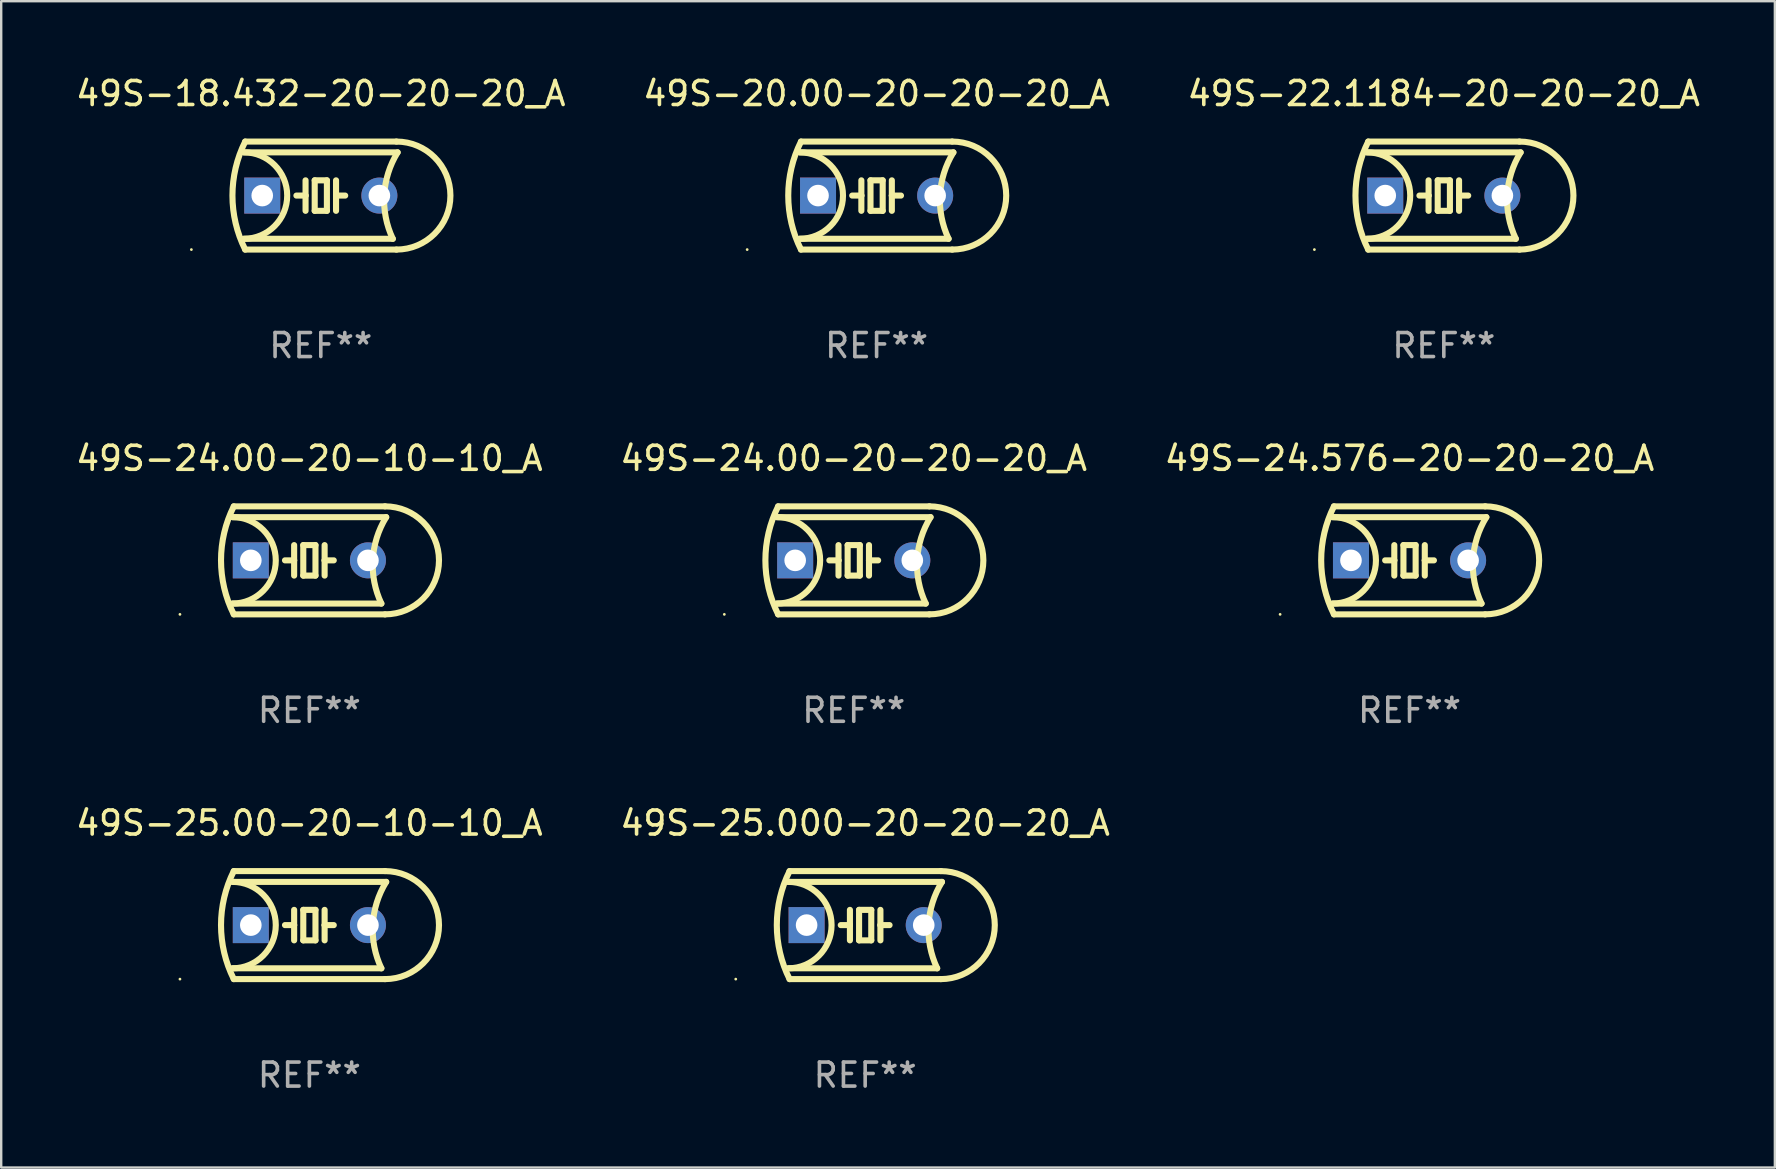
<source format=kicad_pcb>
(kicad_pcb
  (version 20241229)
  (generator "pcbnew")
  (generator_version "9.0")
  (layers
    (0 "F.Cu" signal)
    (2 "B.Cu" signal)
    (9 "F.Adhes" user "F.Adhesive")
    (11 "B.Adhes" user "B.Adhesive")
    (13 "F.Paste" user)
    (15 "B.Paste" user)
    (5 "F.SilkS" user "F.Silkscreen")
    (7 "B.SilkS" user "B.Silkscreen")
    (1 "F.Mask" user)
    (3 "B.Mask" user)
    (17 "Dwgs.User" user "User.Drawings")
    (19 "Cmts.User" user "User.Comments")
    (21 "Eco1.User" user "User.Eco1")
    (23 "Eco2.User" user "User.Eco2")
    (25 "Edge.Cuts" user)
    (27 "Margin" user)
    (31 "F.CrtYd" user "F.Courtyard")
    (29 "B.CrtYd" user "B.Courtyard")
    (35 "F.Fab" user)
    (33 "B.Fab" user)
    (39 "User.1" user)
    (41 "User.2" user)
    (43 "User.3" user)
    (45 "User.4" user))
  (footprint "49S-24.00-20-20-20_A"
    (layer "F.Cu")
    (at 32.518 20.295)
    (property "Reference" "49S-24.00-20-20-20_A" (at 0 -4.25 0) (layer "F.SilkS") (effects (font (size 1 1) (thickness 0.15))))
    (attr through_hole)
    (fp_line (start -3.2 -1.8) (end 3.2 -1.8) (stroke (width 0.254) (type solid)) (layer "F.SilkS"))
    (fp_line (start -3.15 2.25) (end 3.15 2.25) (stroke (width 0.254) (type solid)) (layer "F.SilkS"))
    (fp_line (start -0.635 -0.635) (end -0.635 0) (stroke (width 0.254) (type solid)) (layer "F.SilkS"))
    (fp_line (start -0.635 0) (end -1.016 0) (stroke (width 0.254) (type solid)) (layer "F.SilkS"))
    (fp_line (start -0.635 0) (end -0.635 0.635) (stroke (width 0.254) (type solid)) (layer "F.SilkS"))
    (fp_line (start -0.254 -0.635) (end -0.254 0.635) (stroke (width 0.254) (type solid)) (layer "F.SilkS"))
    (fp_line (start -0.254 0.635) (end 0.254 0.635) (stroke (width 0.254) (type solid)) (layer "F.SilkS"))
    (fp_line (start 0.254 -0.635) (end -0.254 -0.635) (stroke (width 0.254) (type solid)) (layer "F.SilkS"))
    (fp_line (start 0.254 0.635) (end 0.254 -0.635) (stroke (width 0.254) (type solid)) (layer "F.SilkS"))
    (fp_line (start 0.635 -0.635) (end 0.635 0) (stroke (width 0.254) (type solid)) (layer "F.SilkS"))
    (fp_line (start 0.635 0) (end 0.635 0.635) (stroke (width 0.254) (type solid)) (layer "F.SilkS"))
    (fp_line (start 0.635 0) (end 1.016 0) (stroke (width 0.254) (type solid)) (layer "F.SilkS"))
    (fp_line (start 3 1.8) (end -3.2 1.8) (stroke (width 0.254) (type solid)) (layer "F.SilkS"))
    (fp_line (start 3.15 -2.25) (end -3.15 -2.25) (stroke (width 0.254) (type solid)) (layer "F.SilkS"))
    (fp_arc (start -3.200406 -1.800864) (mid -1.399974 -0.000635) (end -3.2 1.8) (stroke (width 0.254001) (type solid)) (layer "F.SilkS"))
    (fp_arc (start -3.149606 2.250444) (mid -3.680941 0.000261) (end -3.149987 -2.250013) (stroke (width 0.254001) (type solid)) (layer "F.SilkS"))
    (fp_arc (start 2.999746 1.800863) (mid 2.642982 -0.024977) (end 3.2 -1.8) (stroke (width 0.254001) (type solid)) (layer "F.SilkS"))
    (fp_arc (start 3.149607 -2.250445) (mid 5.399848 -0.000406) (end 3.149987 2.250013) (stroke (width 0.254001) (type solid)) (layer "F.SilkS"))
    (fp_circle (center -5.392 2.25) (end -5.362 2.25) (stroke (width 0.06) (type solid)) (fill no) (layer "F.SilkS"))
    (fp_text user "REF**" (at 0 6.25 0) (layer "F.Fab") (effects (font (size 1 1) (thickness 0.15))))
    (pad "1" thru_hole rect (at -2.44 0) (size 1.5 1.5) (drill 0.9) (layers "*.Cu" "*.Mask"))
    (pad "2" thru_hole circle (at 2.44 0) (size 1.5 1.5) (drill 0.9) (layers "*.Cu" "*.Mask")))
  (footprint "49S-24.576-20-20-20_A"
    (layer "F.Cu")
    (at 55.673 20.295)
    (property "Reference" "49S-24.576-20-20-20_A" (at 0 -4.25 0) (layer "F.SilkS") (effects (font (size 1 1) (thickness 0.15))))
    (attr through_hole)
    (fp_line (start -3.2 -1.8) (end 3.2 -1.8) (stroke (width 0.254) (type solid)) (layer "F.SilkS"))
    (fp_line (start -3.15 2.25) (end 3.15 2.25) (stroke (width 0.254) (type solid)) (layer "F.SilkS"))
    (fp_line (start -0.635 -0.635) (end -0.635 0) (stroke (width 0.254) (type solid)) (layer "F.SilkS"))
    (fp_line (start -0.635 0) (end -1.016 0) (stroke (width 0.254) (type solid)) (layer "F.SilkS"))
    (fp_line (start -0.635 0) (end -0.635 0.635) (stroke (width 0.254) (type solid)) (layer "F.SilkS"))
    (fp_line (start -0.254 -0.635) (end -0.254 0.635) (stroke (width 0.254) (type solid)) (layer "F.SilkS"))
    (fp_line (start -0.254 0.635) (end 0.254 0.635) (stroke (width 0.254) (type solid)) (layer "F.SilkS"))
    (fp_line (start 0.254 -0.635) (end -0.254 -0.635) (stroke (width 0.254) (type solid)) (layer "F.SilkS"))
    (fp_line (start 0.254 0.635) (end 0.254 -0.635) (stroke (width 0.254) (type solid)) (layer "F.SilkS"))
    (fp_line (start 0.635 -0.635) (end 0.635 0) (stroke (width 0.254) (type solid)) (layer "F.SilkS"))
    (fp_line (start 0.635 0) (end 0.635 0.635) (stroke (width 0.254) (type solid)) (layer "F.SilkS"))
    (fp_line (start 0.635 0) (end 1.016 0) (stroke (width 0.254) (type solid)) (layer "F.SilkS"))
    (fp_line (start 3 1.8) (end -3.2 1.8) (stroke (width 0.254) (type solid)) (layer "F.SilkS"))
    (fp_line (start 3.15 -2.25) (end -3.15 -2.25) (stroke (width 0.254) (type solid)) (layer "F.SilkS"))
    (fp_arc (start -3.200406 -1.800864) (mid -1.399974 -0.000635) (end -3.2 1.8) (stroke (width 0.254001) (type solid)) (layer "F.SilkS"))
    (fp_arc (start -3.149606 2.250444) (mid -3.680941 0.000261) (end -3.149987 -2.250013) (stroke (width 0.254001) (type solid)) (layer "F.SilkS"))
    (fp_arc (start 2.999746 1.800863) (mid 2.642982 -0.024977) (end 3.2 -1.8) (stroke (width 0.254001) (type solid)) (layer "F.SilkS"))
    (fp_arc (start 3.149607 -2.250445) (mid 5.399848 -0.000406) (end 3.149987 2.250013) (stroke (width 0.254001) (type solid)) (layer "F.SilkS"))
    (fp_circle (center -5.392 2.25) (end -5.362 2.25) (stroke (width 0.06) (type solid)) (fill no) (layer "F.SilkS"))
    (fp_text user "REF**" (at 0 6.25 0) (layer "F.Fab") (effects (font (size 1 1) (thickness 0.15))))
    (pad "1" thru_hole rect (at -2.44 0) (size 1.5 1.5) (drill 0.9) (layers "*.Cu" "*.Mask"))
    (pad "2" thru_hole circle (at 2.44 0) (size 1.5 1.5) (drill 0.9) (layers "*.Cu" "*.Mask")))
  (footprint "49S-20.00-20-20-20_A"
    (layer "F.Cu")
    (at 33.47 5.098)
    (property "Reference" "49S-20.00-20-20-20_A" (at 0 -4.25 0) (layer "F.SilkS") (effects (font (size 1 1) (thickness 0.15))))
    (attr through_hole)
    (fp_line (start -3.2 -1.8) (end 3.2 -1.8) (stroke (width 0.254) (type solid)) (layer "F.SilkS"))
    (fp_line (start -3.15 2.25) (end 3.15 2.25) (stroke (width 0.254) (type solid)) (layer "F.SilkS"))
    (fp_line (start -0.635 -0.635) (end -0.635 0) (stroke (width 0.254) (type solid)) (layer "F.SilkS"))
    (fp_line (start -0.635 0) (end -1.016 0) (stroke (width 0.254) (type solid)) (layer "F.SilkS"))
    (fp_line (start -0.635 0) (end -0.635 0.635) (stroke (width 0.254) (type solid)) (layer "F.SilkS"))
    (fp_line (start -0.254 -0.635) (end -0.254 0.635) (stroke (width 0.254) (type solid)) (layer "F.SilkS"))
    (fp_line (start -0.254 0.635) (end 0.254 0.635) (stroke (width 0.254) (type solid)) (layer "F.SilkS"))
    (fp_line (start 0.254 -0.635) (end -0.254 -0.635) (stroke (width 0.254) (type solid)) (layer "F.SilkS"))
    (fp_line (start 0.254 0.635) (end 0.254 -0.635) (stroke (width 0.254) (type solid)) (layer "F.SilkS"))
    (fp_line (start 0.635 -0.635) (end 0.635 0) (stroke (width 0.254) (type solid)) (layer "F.SilkS"))
    (fp_line (start 0.635 0) (end 0.635 0.635) (stroke (width 0.254) (type solid)) (layer "F.SilkS"))
    (fp_line (start 0.635 0) (end 1.016 0) (stroke (width 0.254) (type solid)) (layer "F.SilkS"))
    (fp_line (start 3 1.8) (end -3.2 1.8) (stroke (width 0.254) (type solid)) (layer "F.SilkS"))
    (fp_line (start 3.15 -2.25) (end -3.15 -2.25) (stroke (width 0.254) (type solid)) (layer "F.SilkS"))
    (fp_arc (start -3.200406 -1.800864) (mid -1.399974 -0.000635) (end -3.2 1.8) (stroke (width 0.254001) (type solid)) (layer "F.SilkS"))
    (fp_arc (start -3.149606 2.250444) (mid -3.680941 0.000261) (end -3.149987 -2.250013) (stroke (width 0.254001) (type solid)) (layer "F.SilkS"))
    (fp_arc (start 2.999746 1.800863) (mid 2.642982 -0.024977) (end 3.2 -1.8) (stroke (width 0.254001) (type solid)) (layer "F.SilkS"))
    (fp_arc (start 3.149607 -2.250445) (mid 5.399848 -0.000406) (end 3.149987 2.250013) (stroke (width 0.254001) (type solid)) (layer "F.SilkS"))
    (fp_circle (center -5.392 2.25) (end -5.362 2.25) (stroke (width 0.06) (type solid)) (fill no) (layer "F.SilkS"))
    (fp_text user "REF**" (at 0 6.25 0) (layer "F.Fab") (effects (font (size 1 1) (thickness 0.15))))
    (pad "1" thru_hole rect (at -2.44 0) (size 1.5 1.5) (drill 0.9) (layers "*.Cu" "*.Mask"))
    (pad "2" thru_hole circle (at 2.44 0) (size 1.5 1.5) (drill 0.9) (layers "*.Cu" "*.Mask")))
  (footprint "49S-24.00-20-10-10_A"
    (layer "F.Cu")
    (at 9.839 20.295)
    (property "Reference" "49S-24.00-20-10-10_A" (at 0 -4.25 0) (layer "F.SilkS") (effects (font (size 1 1) (thickness 0.15))))
    (attr through_hole)
    (fp_line (start -3.2 -1.8) (end 3.2 -1.8) (stroke (width 0.254) (type solid)) (layer "F.SilkS"))
    (fp_line (start -3.15 2.25) (end 3.15 2.25) (stroke (width 0.254) (type solid)) (layer "F.SilkS"))
    (fp_line (start -0.635 -0.635) (end -0.635 0) (stroke (width 0.254) (type solid)) (layer "F.SilkS"))
    (fp_line (start -0.635 0) (end -1.016 0) (stroke (width 0.254) (type solid)) (layer "F.SilkS"))
    (fp_line (start -0.635 0) (end -0.635 0.635) (stroke (width 0.254) (type solid)) (layer "F.SilkS"))
    (fp_line (start -0.254 -0.635) (end -0.254 0.635) (stroke (width 0.254) (type solid)) (layer "F.SilkS"))
    (fp_line (start -0.254 0.635) (end 0.254 0.635) (stroke (width 0.254) (type solid)) (layer "F.SilkS"))
    (fp_line (start 0.254 -0.635) (end -0.254 -0.635) (stroke (width 0.254) (type solid)) (layer "F.SilkS"))
    (fp_line (start 0.254 0.635) (end 0.254 -0.635) (stroke (width 0.254) (type solid)) (layer "F.SilkS"))
    (fp_line (start 0.635 -0.635) (end 0.635 0) (stroke (width 0.254) (type solid)) (layer "F.SilkS"))
    (fp_line (start 0.635 0) (end 0.635 0.635) (stroke (width 0.254) (type solid)) (layer "F.SilkS"))
    (fp_line (start 0.635 0) (end 1.016 0) (stroke (width 0.254) (type solid)) (layer "F.SilkS"))
    (fp_line (start 3 1.8) (end -3.2 1.8) (stroke (width 0.254) (type solid)) (layer "F.SilkS"))
    (fp_line (start 3.15 -2.25) (end -3.15 -2.25) (stroke (width 0.254) (type solid)) (layer "F.SilkS"))
    (fp_arc (start -3.200406 -1.800864) (mid -1.399974 -0.000635) (end -3.2 1.8) (stroke (width 0.254001) (type solid)) (layer "F.SilkS"))
    (fp_arc (start -3.149606 2.250444) (mid -3.680941 0.000261) (end -3.149987 -2.250013) (stroke (width 0.254001) (type solid)) (layer "F.SilkS"))
    (fp_arc (start 2.999746 1.800863) (mid 2.642982 -0.024977) (end 3.2 -1.8) (stroke (width 0.254001) (type solid)) (layer "F.SilkS"))
    (fp_arc (start 3.149607 -2.250445) (mid 5.399848 -0.000406) (end 3.149987 2.250013) (stroke (width 0.254001) (type solid)) (layer "F.SilkS"))
    (fp_circle (center -5.392 2.25) (end -5.362 2.25) (stroke (width 0.06) (type solid)) (fill no) (layer "F.SilkS"))
    (fp_text user "REF**" (at 0 6.25 0) (layer "F.Fab") (effects (font (size 1 1) (thickness 0.15))))
    (pad "1" thru_hole rect (at -2.44 0) (size 1.5 1.5) (drill 0.9) (layers "*.Cu" "*.Mask"))
    (pad "2" thru_hole circle (at 2.44 0) (size 1.5 1.5) (drill 0.9) (layers "*.Cu" "*.Mask")))
  (footprint "49S-22.1184-20-20-20_A"
    (layer "F.Cu")
    (at 57.101 5.098)
    (property "Reference" "49S-22.1184-20-20-20_A" (at 0 -4.25 0) (layer "F.SilkS") (effects (font (size 1 1) (thickness 0.15))))
    (attr through_hole)
    (fp_line (start -3.2 -1.8) (end 3.2 -1.8) (stroke (width 0.254) (type solid)) (layer "F.SilkS"))
    (fp_line (start -3.15 2.25) (end 3.15 2.25) (stroke (width 0.254) (type solid)) (layer "F.SilkS"))
    (fp_line (start -0.635 -0.635) (end -0.635 0) (stroke (width 0.254) (type solid)) (layer "F.SilkS"))
    (fp_line (start -0.635 0) (end -1.016 0) (stroke (width 0.254) (type solid)) (layer "F.SilkS"))
    (fp_line (start -0.635 0) (end -0.635 0.635) (stroke (width 0.254) (type solid)) (layer "F.SilkS"))
    (fp_line (start -0.254 -0.635) (end -0.254 0.635) (stroke (width 0.254) (type solid)) (layer "F.SilkS"))
    (fp_line (start -0.254 0.635) (end 0.254 0.635) (stroke (width 0.254) (type solid)) (layer "F.SilkS"))
    (fp_line (start 0.254 -0.635) (end -0.254 -0.635) (stroke (width 0.254) (type solid)) (layer "F.SilkS"))
    (fp_line (start 0.254 0.635) (end 0.254 -0.635) (stroke (width 0.254) (type solid)) (layer "F.SilkS"))
    (fp_line (start 0.635 -0.635) (end 0.635 0) (stroke (width 0.254) (type solid)) (layer "F.SilkS"))
    (fp_line (start 0.635 0) (end 0.635 0.635) (stroke (width 0.254) (type solid)) (layer "F.SilkS"))
    (fp_line (start 0.635 0) (end 1.016 0) (stroke (width 0.254) (type solid)) (layer "F.SilkS"))
    (fp_line (start 3 1.8) (end -3.2 1.8) (stroke (width 0.254) (type solid)) (layer "F.SilkS"))
    (fp_line (start 3.15 -2.25) (end -3.15 -2.25) (stroke (width 0.254) (type solid)) (layer "F.SilkS"))
    (fp_arc (start -3.200406 -1.800864) (mid -1.399974 -0.000635) (end -3.2 1.8) (stroke (width 0.254001) (type solid)) (layer "F.SilkS"))
    (fp_arc (start -3.149606 2.250444) (mid -3.680941 0.000261) (end -3.149987 -2.250013) (stroke (width 0.254001) (type solid)) (layer "F.SilkS"))
    (fp_arc (start 2.999746 1.800863) (mid 2.642982 -0.024977) (end 3.2 -1.8) (stroke (width 0.254001) (type solid)) (layer "F.SilkS"))
    (fp_arc (start 3.149607 -2.250445) (mid 5.399848 -0.000406) (end 3.149987 2.250013) (stroke (width 0.254001) (type solid)) (layer "F.SilkS"))
    (fp_circle (center -5.392 2.25) (end -5.362 2.25) (stroke (width 0.06) (type solid)) (fill no) (layer "F.SilkS"))
    (fp_text user "REF**" (at 0 6.25 0) (layer "F.Fab") (effects (font (size 1 1) (thickness 0.15))))
    (pad "1" thru_hole rect (at -2.44 0) (size 1.5 1.5) (drill 0.9) (layers "*.Cu" "*.Mask"))
    (pad "2" thru_hole circle (at 2.44 0) (size 1.5 1.5) (drill 0.9) (layers "*.Cu" "*.Mask")))
  (footprint "49S-25.00-20-10-10_A"
    (layer "F.Cu")
    (at 9.839 35.491)
    (property "Reference" "49S-25.00-20-10-10_A" (at 0 -4.25 0) (layer "F.SilkS") (effects (font (size 1 1) (thickness 0.15))))
    (attr through_hole)
    (fp_line (start -3.2 -1.8) (end 3.2 -1.8) (stroke (width 0.254) (type solid)) (layer "F.SilkS"))
    (fp_line (start -3.15 2.25) (end 3.15 2.25) (stroke (width 0.254) (type solid)) (layer "F.SilkS"))
    (fp_line (start -0.635 -0.635) (end -0.635 0) (stroke (width 0.254) (type solid)) (layer "F.SilkS"))
    (fp_line (start -0.635 0) (end -1.016 0) (stroke (width 0.254) (type solid)) (layer "F.SilkS"))
    (fp_line (start -0.635 0) (end -0.635 0.635) (stroke (width 0.254) (type solid)) (layer "F.SilkS"))
    (fp_line (start -0.254 -0.635) (end -0.254 0.635) (stroke (width 0.254) (type solid)) (layer "F.SilkS"))
    (fp_line (start -0.254 0.635) (end 0.254 0.635) (stroke (width 0.254) (type solid)) (layer "F.SilkS"))
    (fp_line (start 0.254 -0.635) (end -0.254 -0.635) (stroke (width 0.254) (type solid)) (layer "F.SilkS"))
    (fp_line (start 0.254 0.635) (end 0.254 -0.635) (stroke (width 0.254) (type solid)) (layer "F.SilkS"))
    (fp_line (start 0.635 -0.635) (end 0.635 0) (stroke (width 0.254) (type solid)) (layer "F.SilkS"))
    (fp_line (start 0.635 0) (end 0.635 0.635) (stroke (width 0.254) (type solid)) (layer "F.SilkS"))
    (fp_line (start 0.635 0) (end 1.016 0) (stroke (width 0.254) (type solid)) (layer "F.SilkS"))
    (fp_line (start 3 1.8) (end -3.2 1.8) (stroke (width 0.254) (type solid)) (layer "F.SilkS"))
    (fp_line (start 3.15 -2.25) (end -3.15 -2.25) (stroke (width 0.254) (type solid)) (layer "F.SilkS"))
    (fp_arc (start -3.200406 -1.800864) (mid -1.399974 -0.000635) (end -3.2 1.8) (stroke (width 0.254001) (type solid)) (layer "F.SilkS"))
    (fp_arc (start -3.149606 2.250444) (mid -3.680941 0.000261) (end -3.149987 -2.250013) (stroke (width 0.254001) (type solid)) (layer "F.SilkS"))
    (fp_arc (start 2.999746 1.800863) (mid 2.642982 -0.024977) (end 3.2 -1.8) (stroke (width 0.254001) (type solid)) (layer "F.SilkS"))
    (fp_arc (start 3.149607 -2.250445) (mid 5.399848 -0.000406) (end 3.149987 2.250013) (stroke (width 0.254001) (type solid)) (layer "F.SilkS"))
    (fp_circle (center -5.392 2.25) (end -5.362 2.25) (stroke (width 0.06) (type solid)) (fill no) (layer "F.SilkS"))
    (fp_text user "REF**" (at 0 6.25 0) (layer "F.Fab") (effects (font (size 1 1) (thickness 0.15))))
    (pad "1" thru_hole rect (at -2.44 0) (size 1.5 1.5) (drill 0.9) (layers "*.Cu" "*.Mask"))
    (pad "2" thru_hole circle (at 2.44 0) (size 1.5 1.5) (drill 0.9) (layers "*.Cu" "*.Mask")))
  (footprint "49S-25.000-20-20-20_A"
    (layer "F.Cu")
    (at 32.994 35.491)
    (property "Reference" "49S-25.000-20-20-20_A" (at 0 -4.25 0) (layer "F.SilkS") (effects (font (size 1 1) (thickness 0.15))))
    (attr through_hole)
    (fp_line (start -3.2 -1.8) (end 3.2 -1.8) (stroke (width 0.254) (type solid)) (layer "F.SilkS"))
    (fp_line (start -3.15 2.25) (end 3.15 2.25) (stroke (width 0.254) (type solid)) (layer "F.SilkS"))
    (fp_line (start -0.635 -0.635) (end -0.635 0) (stroke (width 0.254) (type solid)) (layer "F.SilkS"))
    (fp_line (start -0.635 0) (end -1.016 0) (stroke (width 0.254) (type solid)) (layer "F.SilkS"))
    (fp_line (start -0.635 0) (end -0.635 0.635) (stroke (width 0.254) (type solid)) (layer "F.SilkS"))
    (fp_line (start -0.254 -0.635) (end -0.254 0.635) (stroke (width 0.254) (type solid)) (layer "F.SilkS"))
    (fp_line (start -0.254 0.635) (end 0.254 0.635) (stroke (width 0.254) (type solid)) (layer "F.SilkS"))
    (fp_line (start 0.254 -0.635) (end -0.254 -0.635) (stroke (width 0.254) (type solid)) (layer "F.SilkS"))
    (fp_line (start 0.254 0.635) (end 0.254 -0.635) (stroke (width 0.254) (type solid)) (layer "F.SilkS"))
    (fp_line (start 0.635 -0.635) (end 0.635 0) (stroke (width 0.254) (type solid)) (layer "F.SilkS"))
    (fp_line (start 0.635 0) (end 0.635 0.635) (stroke (width 0.254) (type solid)) (layer "F.SilkS"))
    (fp_line (start 0.635 0) (end 1.016 0) (stroke (width 0.254) (type solid)) (layer "F.SilkS"))
    (fp_line (start 3 1.8) (end -3.2 1.8) (stroke (width 0.254) (type solid)) (layer "F.SilkS"))
    (fp_line (start 3.15 -2.25) (end -3.15 -2.25) (stroke (width 0.254) (type solid)) (layer "F.SilkS"))
    (fp_arc (start -3.200406 -1.800864) (mid -1.399974 -0.000635) (end -3.2 1.8) (stroke (width 0.254001) (type solid)) (layer "F.SilkS"))
    (fp_arc (start -3.149606 2.250444) (mid -3.680941 0.000261) (end -3.149987 -2.250013) (stroke (width 0.254001) (type solid)) (layer "F.SilkS"))
    (fp_arc (start 2.999746 1.800863) (mid 2.642982 -0.024977) (end 3.2 -1.8) (stroke (width 0.254001) (type solid)) (layer "F.SilkS"))
    (fp_arc (start 3.149607 -2.250445) (mid 5.399848 -0.000406) (end 3.149987 2.250013) (stroke (width 0.254001) (type solid)) (layer "F.SilkS"))
    (fp_circle (center -5.392 2.25) (end -5.362 2.25) (stroke (width 0.06) (type solid)) (fill no) (layer "F.SilkS"))
    (fp_text user "REF**" (at 0 6.25 0) (layer "F.Fab") (effects (font (size 1 1) (thickness 0.15))))
    (pad "1" thru_hole rect (at -2.44 0) (size 1.5 1.5) (drill 0.9) (layers "*.Cu" "*.Mask"))
    (pad "2" thru_hole circle (at 2.44 0) (size 1.5 1.5) (drill 0.9) (layers "*.Cu" "*.Mask")))
  (footprint "49S-18.432-20-20-20_A"
    (layer "F.Cu")
    (at 10.315 5.098)
    (property "Reference" "49S-18.432-20-20-20_A" (at 0 -4.25 0) (layer "F.SilkS") (effects (font (size 1 1) (thickness 0.15))))
    (attr through_hole)
    (fp_line (start -3.2 -1.8) (end 3.2 -1.8) (stroke (width 0.254) (type solid)) (layer "F.SilkS"))
    (fp_line (start -3.15 2.25) (end 3.15 2.25) (stroke (width 0.254) (type solid)) (layer "F.SilkS"))
    (fp_line (start -0.635 -0.635) (end -0.635 0) (stroke (width 0.254) (type solid)) (layer "F.SilkS"))
    (fp_line (start -0.635 0) (end -1.016 0) (stroke (width 0.254) (type solid)) (layer "F.SilkS"))
    (fp_line (start -0.635 0) (end -0.635 0.635) (stroke (width 0.254) (type solid)) (layer "F.SilkS"))
    (fp_line (start -0.254 -0.635) (end -0.254 0.635) (stroke (width 0.254) (type solid)) (layer "F.SilkS"))
    (fp_line (start -0.254 0.635) (end 0.254 0.635) (stroke (width 0.254) (type solid)) (layer "F.SilkS"))
    (fp_line (start 0.254 -0.635) (end -0.254 -0.635) (stroke (width 0.254) (type solid)) (layer "F.SilkS"))
    (fp_line (start 0.254 0.635) (end 0.254 -0.635) (stroke (width 0.254) (type solid)) (layer "F.SilkS"))
    (fp_line (start 0.635 -0.635) (end 0.635 0) (stroke (width 0.254) (type solid)) (layer "F.SilkS"))
    (fp_line (start 0.635 0) (end 0.635 0.635) (stroke (width 0.254) (type solid)) (layer "F.SilkS"))
    (fp_line (start 0.635 0) (end 1.016 0) (stroke (width 0.254) (type solid)) (layer "F.SilkS"))
    (fp_line (start 3 1.8) (end -3.2 1.8) (stroke (width 0.254) (type solid)) (layer "F.SilkS"))
    (fp_line (start 3.15 -2.25) (end -3.15 -2.25) (stroke (width 0.254) (type solid)) (layer "F.SilkS"))
    (fp_arc (start -3.200406 -1.800864) (mid -1.399974 -0.000635) (end -3.2 1.8) (stroke (width 0.254001) (type solid)) (layer "F.SilkS"))
    (fp_arc (start -3.149606 2.250444) (mid -3.680941 0.000261) (end -3.149987 -2.250013) (stroke (width 0.254001) (type solid)) (layer "F.SilkS"))
    (fp_arc (start 2.999746 1.800863) (mid 2.642982 -0.024977) (end 3.2 -1.8) (stroke (width 0.254001) (type solid)) (layer "F.SilkS"))
    (fp_arc (start 3.149607 -2.250445) (mid 5.399848 -0.000406) (end 3.149987 2.250013) (stroke (width 0.254001) (type solid)) (layer "F.SilkS"))
    (fp_circle (center -5.392 2.25) (end -5.362 2.25) (stroke (width 0.06) (type solid)) (fill no) (layer "F.SilkS"))
    (fp_text user "REF**" (at 0 6.25 0) (layer "F.Fab") (effects (font (size 1 1) (thickness 0.15))))
    (pad "1" thru_hole rect (at -2.44 0) (size 1.5 1.5) (drill 0.9) (layers "*.Cu" "*.Mask"))
    (pad "2" thru_hole circle (at 2.44 0) (size 1.5 1.5) (drill 0.9) (layers "*.Cu" "*.Mask")))
  (gr_rect
    (start -3 -3)
    (end 70.893 45.59)
    (stroke (width 0.1) (type default))
    (fill no)
    (layer "Edge.Cuts")))
</source>
